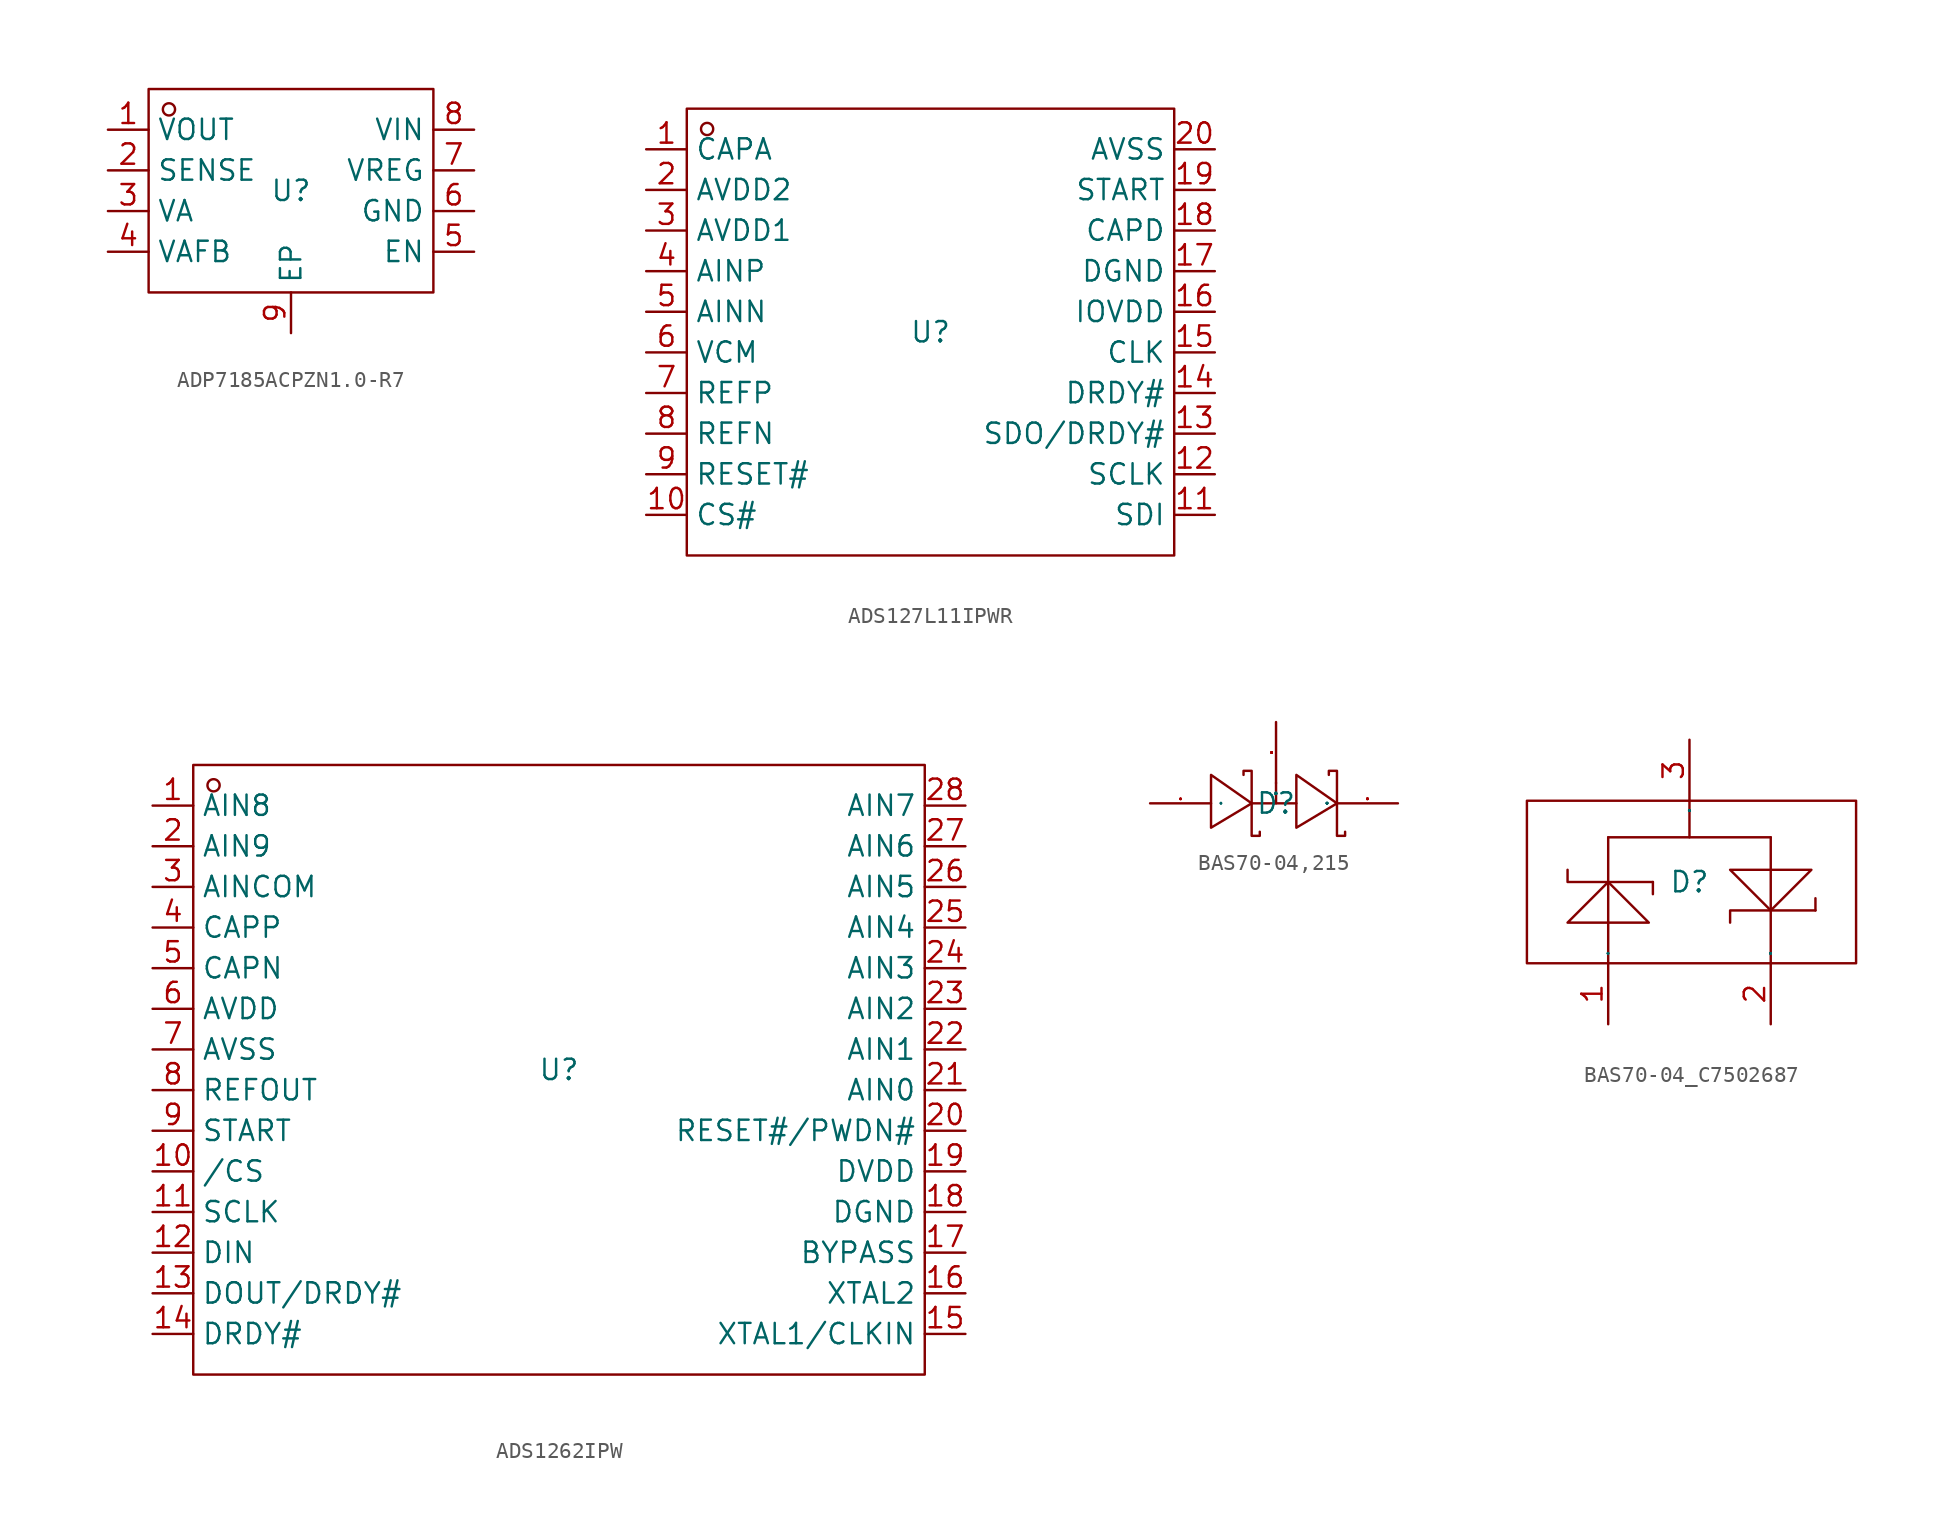
<source format=kicad_sym>
(kicad_symbol_lib
  (version 20241209)
  (generator "kicad_symbol_editor")
  (generator_version "9.0")
  (symbol "ADP7185ACPZN1.0-R7"
    (property "Reference" "U"
      (at 0 0 0)
      (effects (font (size 1.27 1.27))))
    (property "Value" ""
      (at 0 0 0)
      (effects (font (size 1.27 1.27))))
    (symbol "ADP7185ACPZN1.0-R7_1_0"
      (rectangle (start -8.89 -6.35) (end 8.89 6.35) (stroke (width 0) (type default)) (fill (type none)))
      (circle (center -7.62 5.08) (radius 0.381) (stroke (width 0) (type default)) (fill (type none)))
      (pin unspecified line (at -11.43 3.81 0) (length 2.54) (name "VOUT" (effects (font (size 1.27 1.27)))) (number "1" (effects (font (size 1.27 1.27)))))
      (pin unspecified line (at -11.43 1.27 0) (length 2.54) (name "SENSE" (effects (font (size 1.27 1.27)))) (number "2" (effects (font (size 1.27 1.27)))))
      (pin unspecified line (at -11.43 -1.27 0) (length 2.54) (name "VA" (effects (font (size 1.27 1.27)))) (number "3" (effects (font (size 1.27 1.27)))))
      (pin unspecified line (at -11.43 -3.81 0) (length 2.54) (name "VAFB" (effects (font (size 1.27 1.27)))) (number "4" (effects (font (size 1.27 1.27)))))
      (pin unspecified line (at 0 -8.89 90) (length 2.54) (name "EP" (effects (font (size 1.27 1.27)))) (number "9" (effects (font (size 1.27 1.27)))))
      (pin unspecified line (at 11.43 3.81 180) (length 2.54) (name "VIN" (effects (font (size 1.27 1.27)))) (number "8" (effects (font (size 1.27 1.27)))))
      (pin unspecified line (at 11.43 1.27 180) (length 2.54) (name "VREG" (effects (font (size 1.27 1.27)))) (number "7" (effects (font (size 1.27 1.27)))))
      (pin unspecified line (at 11.43 -1.27 180) (length 2.54) (name "GND" (effects (font (size 1.27 1.27)))) (number "6" (effects (font (size 1.27 1.27)))))
      (pin unspecified line (at 11.43 -3.81 180) (length 2.54) (name "EN" (effects (font (size 1.27 1.27)))) (number "5" (effects (font (size 1.27 1.27)))))))
  (symbol "ADS127L11IPWR"
    (property "Reference" "U"
      (at 0 0 0)
      (effects (font (size 1.27 1.27))))
    (property "Value" ""
      (at 0 0 0)
      (effects (font (size 1.27 1.27))))
    (symbol "ADS127L11IPWR_1_0"
      (rectangle (start -15.24 -13.97) (end 15.24 13.97) (stroke (width 0) (type default)) (fill (type none)))
      (circle (center -13.97 12.7) (radius 0.381) (stroke (width 0) (type default)) (fill (type none)))
      (pin unspecified line (at -17.78 11.43 0) (length 2.54) (name "CAPA" (effects (font (size 1.27 1.27)))) (number "1" (effects (font (size 1.27 1.27)))))
      (pin unspecified line (at -17.78 8.89 0) (length 2.54) (name "AVDD2" (effects (font (size 1.27 1.27)))) (number "2" (effects (font (size 1.27 1.27)))))
      (pin unspecified line (at -17.78 6.35 0) (length 2.54) (name "AVDD1" (effects (font (size 1.27 1.27)))) (number "3" (effects (font (size 1.27 1.27)))))
      (pin unspecified line (at -17.78 3.81 0) (length 2.54) (name "AINP" (effects (font (size 1.27 1.27)))) (number "4" (effects (font (size 1.27 1.27)))))
      (pin unspecified line (at -17.78 1.27 0) (length 2.54) (name "AINN" (effects (font (size 1.27 1.27)))) (number "5" (effects (font (size 1.27 1.27)))))
      (pin unspecified line (at -17.78 -1.27 0) (length 2.54) (name "VCM" (effects (font (size 1.27 1.27)))) (number "6" (effects (font (size 1.27 1.27)))))
      (pin unspecified line (at -17.78 -3.81 0) (length 2.54) (name "REFP" (effects (font (size 1.27 1.27)))) (number "7" (effects (font (size 1.27 1.27)))))
      (pin unspecified line (at -17.78 -6.35 0) (length 2.54) (name "REFN" (effects (font (size 1.27 1.27)))) (number "8" (effects (font (size 1.27 1.27)))))
      (pin unspecified line (at -17.78 -8.89 0) (length 2.54) (name "RESET#" (effects (font (size 1.27 1.27)))) (number "9" (effects (font (size 1.27 1.27)))))
      (pin unspecified line (at -17.78 -11.43 0) (length 2.54) (name "CS#" (effects (font (size 1.27 1.27)))) (number "10" (effects (font (size 1.27 1.27)))))
      (pin unspecified line (at 17.78 11.43 180) (length 2.54) (name "AVSS" (effects (font (size 1.27 1.27)))) (number "20" (effects (font (size 1.27 1.27)))))
      (pin unspecified line (at 17.78 8.89 180) (length 2.54) (name "START" (effects (font (size 1.27 1.27)))) (number "19" (effects (font (size 1.27 1.27)))))
      (pin unspecified line (at 17.78 6.35 180) (length 2.54) (name "CAPD" (effects (font (size 1.27 1.27)))) (number "18" (effects (font (size 1.27 1.27)))))
      (pin unspecified line (at 17.78 3.81 180) (length 2.54) (name "DGND" (effects (font (size 1.27 1.27)))) (number "17" (effects (font (size 1.27 1.27)))))
      (pin unspecified line (at 17.78 1.27 180) (length 2.54) (name "IOVDD" (effects (font (size 1.27 1.27)))) (number "16" (effects (font (size 1.27 1.27)))))
      (pin unspecified line (at 17.78 -1.27 180) (length 2.54) (name "CLK" (effects (font (size 1.27 1.27)))) (number "15" (effects (font (size 1.27 1.27)))))
      (pin unspecified line (at 17.78 -3.81 180) (length 2.54) (name "DRDY#" (effects (font (size 1.27 1.27)))) (number "14" (effects (font (size 1.27 1.27)))))
      (pin unspecified line (at 17.78 -6.35 180) (length 2.54) (name "SDO/DRDY#" (effects (font (size 1.27 1.27)))) (number "13" (effects (font (size 1.27 1.27)))))
      (pin unspecified line (at 17.78 -8.89 180) (length 2.54) (name "SCLK" (effects (font (size 1.27 1.27)))) (number "12" (effects (font (size 1.27 1.27)))))
      (pin unspecified line (at 17.78 -11.43 180) (length 2.54) (name "SDI" (effects (font (size 1.27 1.27)))) (number "11" (effects (font (size 1.27 1.27)))))))
  (symbol "ADS1262IPW"
    (property "Reference" "U"
      (at 0 0 0)
      (effects (font (size 1.27 1.27))))
    (property "Value" ""
      (at 0 0 0)
      (effects (font (size 1.27 1.27))))
    (symbol "ADS1262IPW_1_0"
      (rectangle (start -22.86 -19.05) (end 22.86 19.05) (stroke (width 0) (type default)) (fill (type none)))
      (circle (center -21.59 17.78) (radius 0.381) (stroke (width 0) (type default)) (fill (type none)))
      (pin unspecified line (at -25.4 16.51 0) (length 2.54) (name "AIN8" (effects (font (size 1.27 1.27)))) (number "1" (effects (font (size 1.27 1.27)))))
      (pin unspecified line (at -25.4 13.97 0) (length 2.54) (name "AIN9" (effects (font (size 1.27 1.27)))) (number "2" (effects (font (size 1.27 1.27)))))
      (pin unspecified line (at -25.4 11.43 0) (length 2.54) (name "AINCOM" (effects (font (size 1.27 1.27)))) (number "3" (effects (font (size 1.27 1.27)))))
      (pin unspecified line (at -25.4 8.89 0) (length 2.54) (name "CAPP" (effects (font (size 1.27 1.27)))) (number "4" (effects (font (size 1.27 1.27)))))
      (pin unspecified line (at -25.4 6.35 0) (length 2.54) (name "CAPN" (effects (font (size 1.27 1.27)))) (number "5" (effects (font (size 1.27 1.27)))))
      (pin unspecified line (at -25.4 3.81 0) (length 2.54) (name "AVDD" (effects (font (size 1.27 1.27)))) (number "6" (effects (font (size 1.27 1.27)))))
      (pin unspecified line (at -25.4 1.27 0) (length 2.54) (name "AVSS" (effects (font (size 1.27 1.27)))) (number "7" (effects (font (size 1.27 1.27)))))
      (pin unspecified line (at -25.4 -1.27 0) (length 2.54) (name "REFOUT" (effects (font (size 1.27 1.27)))) (number "8" (effects (font (size 1.27 1.27)))))
      (pin unspecified line (at -25.4 -3.81 0) (length 2.54) (name "START" (effects (font (size 1.27 1.27)))) (number "9" (effects (font (size 1.27 1.27)))))
      (pin unspecified line (at -25.4 -6.35 0) (length 2.54) (name "/CS" (effects (font (size 1.27 1.27)))) (number "10" (effects (font (size 1.27 1.27)))))
      (pin unspecified line (at -25.4 -8.89 0) (length 2.54) (name "SCLK" (effects (font (size 1.27 1.27)))) (number "11" (effects (font (size 1.27 1.27)))))
      (pin unspecified line (at -25.4 -11.43 0) (length 2.54) (name "DIN" (effects (font (size 1.27 1.27)))) (number "12" (effects (font (size 1.27 1.27)))))
      (pin unspecified line (at -25.4 -13.97 0) (length 2.54) (name "DOUT/DRDY#" (effects (font (size 1.27 1.27)))) (number "13" (effects (font (size 1.27 1.27)))))
      (pin unspecified line (at -25.4 -16.51 0) (length 2.54) (name "DRDY#" (effects (font (size 1.27 1.27)))) (number "14" (effects (font (size 1.27 1.27)))))
      (pin unspecified line (at 25.4 16.51 180) (length 2.54) (name "AIN7" (effects (font (size 1.27 1.27)))) (number "28" (effects (font (size 1.27 1.27)))))
      (pin unspecified line (at 25.4 13.97 180) (length 2.54) (name "AIN6" (effects (font (size 1.27 1.27)))) (number "27" (effects (font (size 1.27 1.27)))))
      (pin unspecified line (at 25.4 11.43 180) (length 2.54) (name "AIN5" (effects (font (size 1.27 1.27)))) (number "26" (effects (font (size 1.27 1.27)))))
      (pin unspecified line (at 25.4 8.89 180) (length 2.54) (name "AIN4" (effects (font (size 1.27 1.27)))) (number "25" (effects (font (size 1.27 1.27)))))
      (pin unspecified line (at 25.4 6.35 180) (length 2.54) (name "AIN3" (effects (font (size 1.27 1.27)))) (number "24" (effects (font (size 1.27 1.27)))))
      (pin unspecified line (at 25.4 3.81 180) (length 2.54) (name "AIN2" (effects (font (size 1.27 1.27)))) (number "23" (effects (font (size 1.27 1.27)))))
      (pin unspecified line (at 25.4 1.27 180) (length 2.54) (name "AIN1" (effects (font (size 1.27 1.27)))) (number "22" (effects (font (size 1.27 1.27)))))
      (pin unspecified line (at 25.4 -1.27 180) (length 2.54) (name "AIN0" (effects (font (size 1.27 1.27)))) (number "21" (effects (font (size 1.27 1.27)))))
      (pin unspecified line (at 25.4 -3.81 180) (length 2.54) (name "RESET#/PWDN#" (effects (font (size 1.27 1.27)))) (number "20" (effects (font (size 1.27 1.27)))))
      (pin unspecified line (at 25.4 -6.35 180) (length 2.54) (name "DVDD" (effects (font (size 1.27 1.27)))) (number "19" (effects (font (size 1.27 1.27)))))
      (pin unspecified line (at 25.4 -8.89 180) (length 2.54) (name "DGND" (effects (font (size 1.27 1.27)))) (number "18" (effects (font (size 1.27 1.27)))))
      (pin unspecified line (at 25.4 -11.43 180) (length 2.54) (name "BYPASS" (effects (font (size 1.27 1.27)))) (number "17" (effects (font (size 1.27 1.27)))))
      (pin unspecified line (at 25.4 -13.97 180) (length 2.54) (name "XTAL2" (effects (font (size 1.27 1.27)))) (number "16" (effects (font (size 1.27 1.27)))))
      (pin unspecified line (at 25.4 -16.51 180) (length 2.54) (name "XTAL1/CLKIN" (effects (font (size 1.27 1.27)))) (number "15" (effects (font (size 1.27 1.27)))))))
  (symbol "BAS70-04,215"
    (property "Reference" "D"
      (at 0 0 0)
      (effects (font (size 1.27 1.27))))
    (property "Value" ""
      (at 0 0 0)
      (effects (font (size 1.27 1.27))))
    (symbol "BAS70-04,215_1_0"
      (polyline (pts (xy -4.064 -1.524) (xy -1.524 0) (xy -1.524 0) (xy -4.064 1.778) (xy -4.064 1.778) (xy -4.064 -1.524)) (stroke (width 0) (type default)) (fill (type none)))
      (polyline (pts (xy -1.524 0) (xy 1.27 0)) (stroke (width 0) (type default)) (fill (type none)))
      (polyline (pts (xy -1.016 -1.778) (xy -1.016 -2.032) (xy -1.016 -2.032) (xy -1.524 -2.032) (xy -1.524 -2.032) (xy -1.524 2.032) (xy -1.524 2.032) (xy -2.032 2.032) (xy -2.032 2.032) (xy -2.032 1.778)) (stroke (width 0) (type default)) (fill (type none)))
      (polyline (pts (xy 0 0) (xy 0 1.27)) (stroke (width 0) (type default)) (fill (type none)))
      (polyline (pts (xy 1.27 -1.524) (xy 3.81 0) (xy 3.81 0) (xy 1.27 1.778) (xy 1.27 1.778) (xy 1.27 -1.524)) (stroke (width 0) (type default)) (fill (type none)))
      (polyline (pts (xy 4.318 -1.778) (xy 4.318 -2.032) (xy 4.318 -2.032) (xy 3.81 -2.032) (xy 3.81 -2.032) (xy 3.81 2.032) (xy 3.81 2.032) (xy 3.302 2.032) (xy 3.302 2.032) (xy 3.302 1.778)) (stroke (width 0) (type default)) (fill (type none)))
      (pin unspecified line (at -7.874 0 0) (length 3.81) (name "A" (effects (font (size 0.025 0.025)))) (number "1" (effects (font (size 0.025 0.025)))))
      (pin unspecified line (at 0 5.08 270) (length 3.81) (name "C/A" (effects (font (size 0.025 0.025)))) (number "3" (effects (font (size 0.025 0.025)))))
      (pin unspecified line (at 7.62 0 180) (length 3.81) (name "C" (effects (font (size 0.025 0.025)))) (number "2" (effects (font (size 0.025 0.025)))))))
  (symbol "BAS70-04_C7502687"
    (property "Reference" "D"
      (at 0 0 0)
      (effects (font (size 1.27 1.27))))
    (property "Value" ""
      (at 0 0 0)
      (effects (font (size 1.27 1.27))))
    (symbol "BAS70-04_C7502687_1_0"
      (rectangle (start -10.16 -5.08) (end 10.414 5.08) (stroke (width 0) (type default)) (fill (type none)))
      (polyline (pts (xy -7.62 0.762) (xy -7.62 0) (xy -7.62 0) (xy -5.08 0) (xy -5.08 0) (xy -2.286 0)) (stroke (width 0) (type default)) (fill (type none)))
      (polyline (pts (xy -5.08 2.794) (xy -5.08 -5.08)) (stroke (width 0) (type default)) (fill (type none)))
      (polyline (pts (xy -5.08 2.794) (xy 5.08 2.794)) (stroke (width 0) (type default)) (fill (type none)))
      (polyline (pts (xy -2.54 -2.54) (xy -5.08 0) (xy -5.08 0) (xy -7.62 -2.54) (xy -7.62 -2.54) (xy -2.54 -2.54)) (stroke (width 0) (type default)) (fill (type none)))
      (polyline (pts (xy -2.286 0) (xy -2.286 -0.762)) (stroke (width 0) (type default)) (fill (type none)))
      (polyline (pts (xy 0 5.08) (xy 0 2.794)) (stroke (width 0) (type default)) (fill (type none)))
      (polyline (pts (xy 2.54 -2.54) (xy 2.54 -1.778) (xy 2.54 -1.778) (xy 7.874 -1.778)) (stroke (width 0) (type default)) (fill (type none)))
      (polyline (pts (xy 5.08 2.794) (xy 5.08 -5.08)) (stroke (width 0) (type default)) (fill (type none)))
      (polyline (pts (xy 7.62 0.762) (xy 5.08 -1.778) (xy 5.08 -1.778) (xy 2.54 0.762) (xy 2.54 0.762) (xy 7.62 0.762)) (stroke (width 0) (type default)) (fill (type none)))
      (polyline (pts (xy 7.874 -1.778) (xy 7.874 -1.016)) (stroke (width 0) (type default)) (fill (type none)))
      (pin input line (at -5.08 -8.89 90) (length 3.81) (name "1" (effects (font (size 0.025 0.025)))) (number "1" (effects (font (size 1.27 1.27)))))
      (pin input line (at 0 8.89 270) (length 3.81) (name "3" (effects (font (size 0.025 0.025)))) (number "3" (effects (font (size 1.27 1.27)))))
      (pin input line (at 5.08 -8.89 90) (length 3.81) (name "2" (effects (font (size 0.025 0.025)))) (number "2" (effects (font (size 1.27 1.27))))))))
</source>
